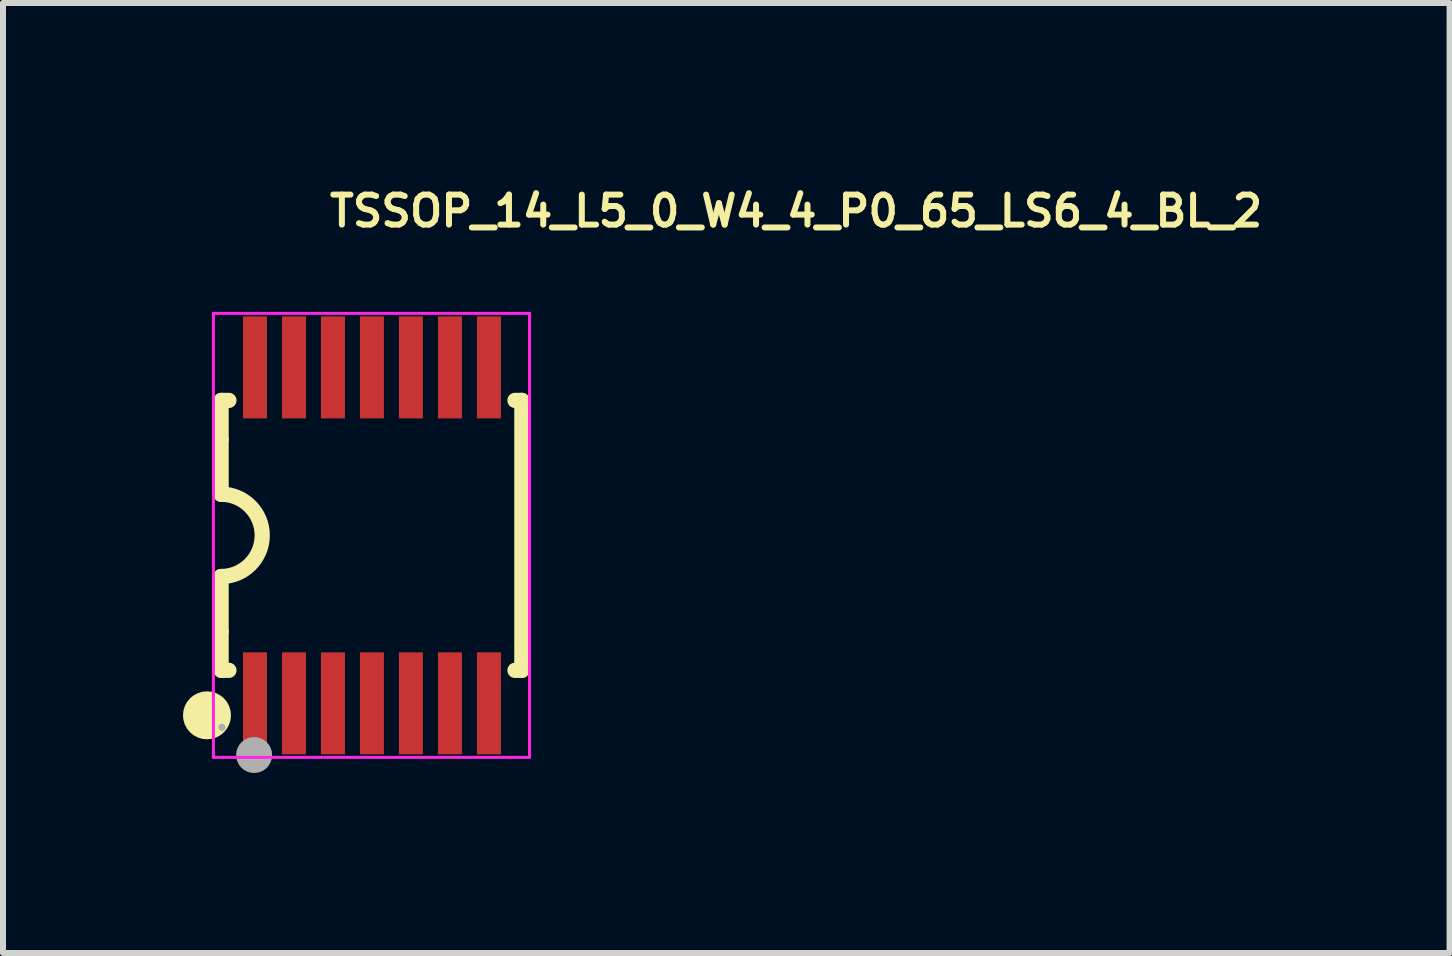
<source format=kicad_pcb>
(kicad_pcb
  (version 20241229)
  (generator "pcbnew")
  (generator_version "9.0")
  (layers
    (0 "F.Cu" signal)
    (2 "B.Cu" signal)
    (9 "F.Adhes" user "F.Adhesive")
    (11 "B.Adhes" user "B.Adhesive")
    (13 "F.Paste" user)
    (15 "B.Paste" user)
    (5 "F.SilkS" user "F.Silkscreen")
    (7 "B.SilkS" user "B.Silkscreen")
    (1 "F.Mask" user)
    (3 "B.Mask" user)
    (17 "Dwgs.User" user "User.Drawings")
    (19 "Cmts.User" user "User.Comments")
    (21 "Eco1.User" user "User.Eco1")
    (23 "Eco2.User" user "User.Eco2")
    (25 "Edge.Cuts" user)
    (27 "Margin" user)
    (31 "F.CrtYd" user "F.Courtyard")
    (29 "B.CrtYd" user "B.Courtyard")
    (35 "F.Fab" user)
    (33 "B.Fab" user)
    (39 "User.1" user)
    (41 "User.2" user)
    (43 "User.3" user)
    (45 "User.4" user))
  (footprint "TSSOP_14_L5_0_W4_4_P0_65_LS6_4_BL_2"
    (layer "F.Cu")
    (at 3.143 5.875)
    (property "Reference" "TSSOP_14_L5_0_W4_4_P0_65_LS6_4_BL_2" (at -0.75 -5.407 0) (layer "F.SilkS") (effects (font (size 0.5 0.5) (thickness 0.1)) (justify left)))
    (fp_line (start -2.507 -1.6) (end -2.507 -2.25) (stroke (width 0.254) (type solid)) (layer "F.SilkS"))
    (fp_line (start -2.507 -0.685) (end -2.507 -1.6) (stroke (width 0.254) (type solid)) (layer "F.SilkS"))
    (fp_line (start -2.507 1.601) (end -2.507 0.686) (stroke (width 0.254) (type solid)) (layer "F.SilkS"))
    (fp_line (start -2.507 1.601) (end -2.507 2.25) (stroke (width 0.254) (type solid)) (layer "F.SilkS"))
    (fp_line (start -2.493 -2.25) (end -2.377 -2.25) (stroke (width 0.254) (type solid)) (layer "F.SilkS"))
    (fp_line (start -2.377 2.25) (end -2.493 2.25) (stroke (width 0.254) (type solid)) (layer "F.SilkS"))
    (fp_line (start 2.392 -2.25) (end 2.507 -2.25) (stroke (width 0.254) (type solid)) (layer "F.SilkS"))
    (fp_line (start 2.507 -2.25) (end 2.507 2.25) (stroke (width 0.254) (type solid)) (layer "F.SilkS"))
    (fp_line (start 2.507 2.25) (end 2.392 2.25) (stroke (width 0.254) (type solid)) (layer "F.SilkS"))
    (fp_arc (start -2.5425 3) (mid -2.9425 3) (end -2.5425 3) (stroke (width 0.4) (type solid)) (layer "F.SilkS"))
    (fp_arc (start -2.5075 -0.686) (mid -1.8215 0) (end -2.5075 0.686) (stroke (width 0.254) (type solid)) (layer "F.SilkS"))
    (fp_line (start -2.635 -3.701) (end -2.635 3.701) (stroke (width 0.05) (type solid)) (layer "F.CrtYd"))
    (fp_line (start -2.635 3.701) (end 2.635 3.701) (stroke (width 0.05) (type solid)) (layer "F.CrtYd"))
    (fp_line (start 2.635 -3.701) (end -2.635 -3.701) (stroke (width 0.05) (type solid)) (layer "F.CrtYd"))
    (fp_line (start 2.635 3.701) (end 2.635 -3.701) (stroke (width 0.05) (type solid)) (layer "F.CrtYd"))
    (fp_arc (start -2.4625 3.2) (mid -2.5225 3.2) (end -2.4625 3.2) (stroke (width 0.06) (type solid)) (layer "F.Fab"))
    (fp_arc (start -1.8065 3.662) (mid -2.1065 3.662) (end -1.8065 3.662) (stroke (width 0.3) (type solid)) (layer "F.Fab"))
    (pad "1" smd rect (at -1.942 2.8) (size 0.4 1.7) (layers "F.Cu" "F.Mask" "F.Paste"))
    (pad "2" smd rect (at -1.292 2.8) (size 0.4 1.7) (layers "F.Cu" "F.Mask" "F.Paste"))
    (pad "3" smd rect (at -0.642 2.8) (size 0.4 1.7) (layers "F.Cu" "F.Mask" "F.Paste"))
    (pad "4" smd rect (at 0.007 2.8) (size 0.4 1.7) (layers "F.Cu" "F.Mask" "F.Paste"))
    (pad "5" smd rect (at 0.657 2.8) (size 0.4 1.7) (layers "F.Cu" "F.Mask" "F.Paste"))
    (pad "6" smd rect (at 1.308 2.8) (size 0.4 1.7) (layers "F.Cu" "F.Mask" "F.Paste"))
    (pad "7" smd rect (at 1.958 2.8) (size 0.4 1.7) (layers "F.Cu" "F.Mask" "F.Paste"))
    (pad "8" smd rect (at 1.958 -2.8) (size 0.4 1.7) (layers "F.Cu" "F.Mask" "F.Paste"))
    (pad "9" smd rect (at 1.308 -2.8) (size 0.4 1.7) (layers "F.Cu" "F.Mask" "F.Paste"))
    (pad "10" smd rect (at 0.657 -2.8) (size 0.4 1.7) (layers "F.Cu" "F.Mask" "F.Paste"))
    (pad "11" smd rect (at 0.007 -2.8) (size 0.4 1.7) (layers "F.Cu" "F.Mask" "F.Paste"))
    (pad "12" smd rect (at -0.642 -2.8) (size 0.4 1.7) (layers "F.Cu" "F.Mask" "F.Paste"))
    (pad "13" smd rect (at -1.292 -2.8) (size 0.4 1.7) (layers "F.Cu" "F.Mask" "F.Paste"))
    (pad "14" smd rect (at -1.942 -2.8) (size 0.4 1.7) (layers "F.Cu" "F.Mask" "F.Paste")))
  (gr_rect
    (start -3 -3)
    (end 21.116 12.837)
    (stroke (width 0.1) (type default))
    (fill no)
    (layer "Edge.Cuts")))
</source>
